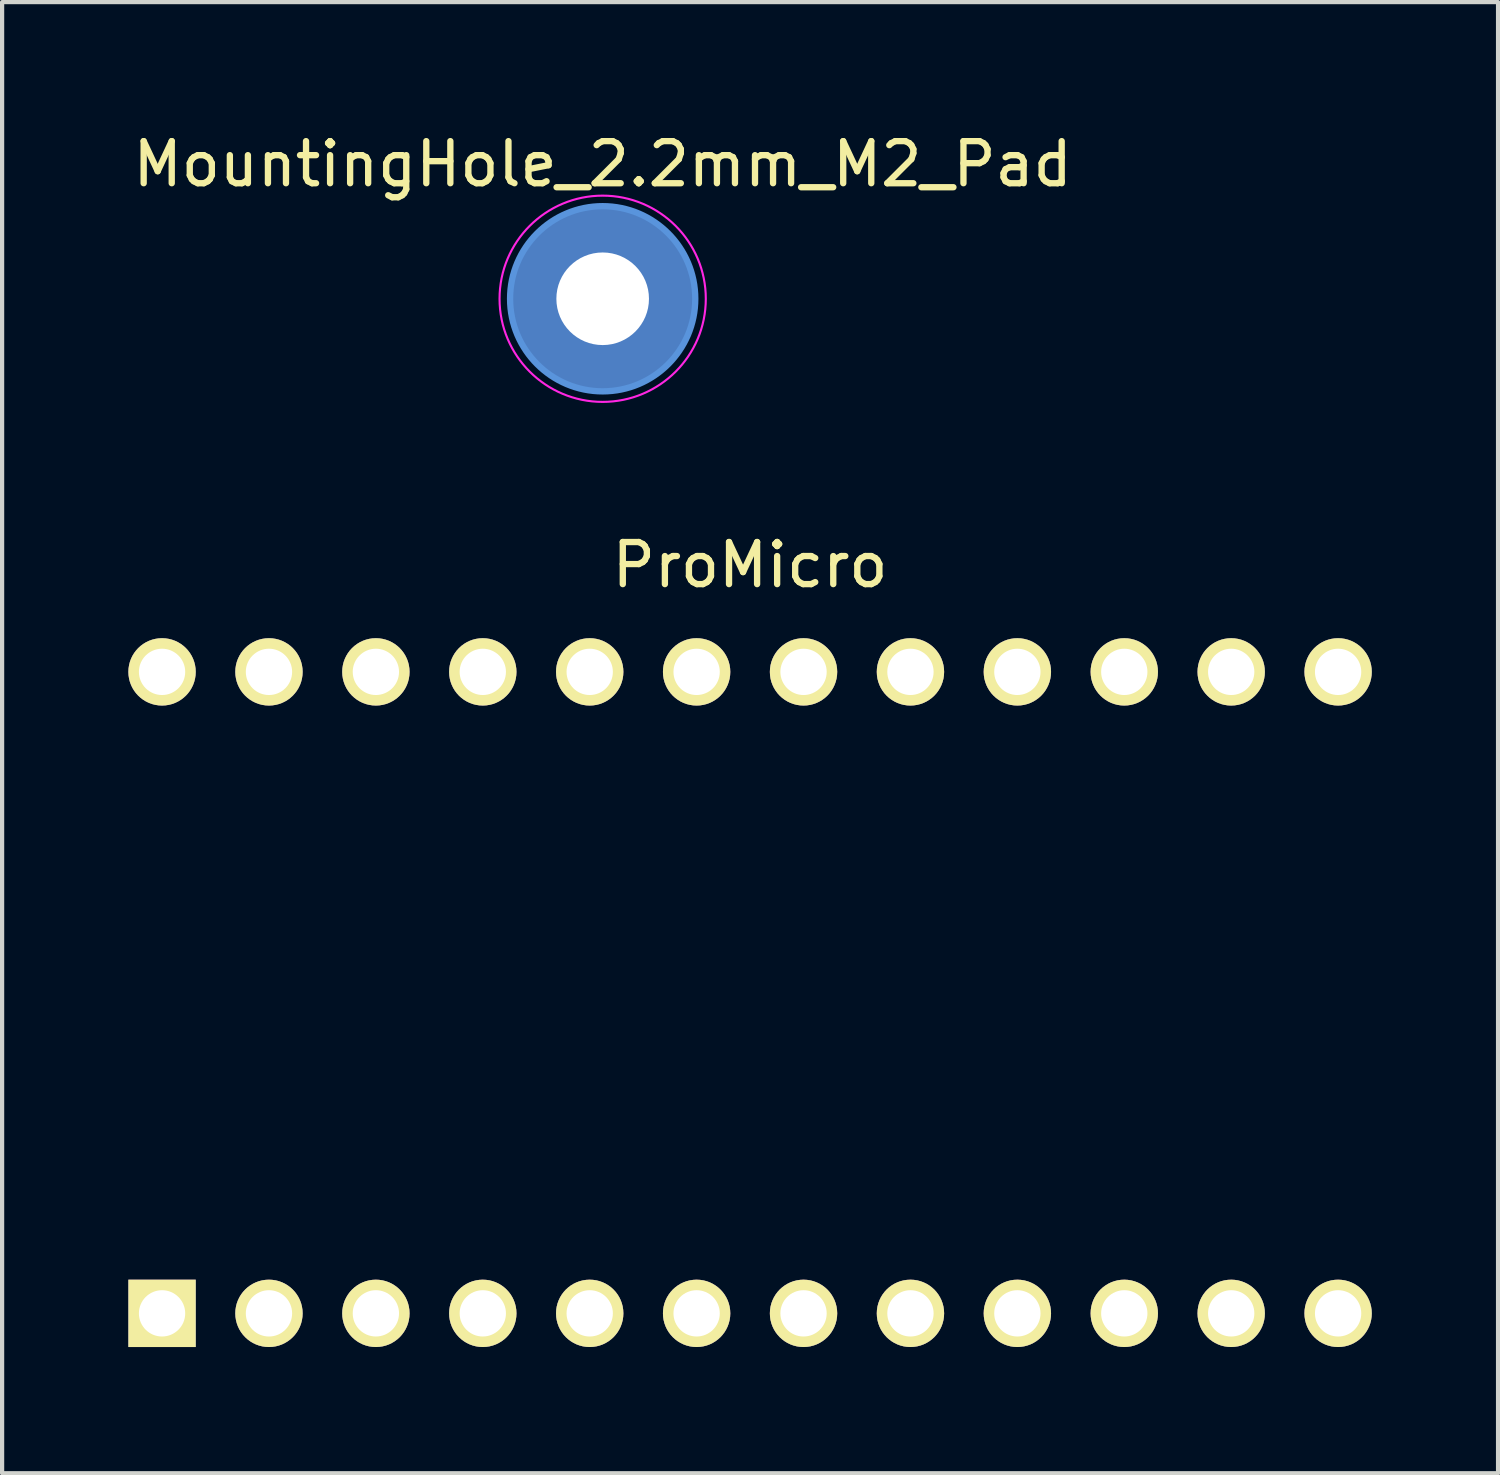
<source format=kicad_pcb>
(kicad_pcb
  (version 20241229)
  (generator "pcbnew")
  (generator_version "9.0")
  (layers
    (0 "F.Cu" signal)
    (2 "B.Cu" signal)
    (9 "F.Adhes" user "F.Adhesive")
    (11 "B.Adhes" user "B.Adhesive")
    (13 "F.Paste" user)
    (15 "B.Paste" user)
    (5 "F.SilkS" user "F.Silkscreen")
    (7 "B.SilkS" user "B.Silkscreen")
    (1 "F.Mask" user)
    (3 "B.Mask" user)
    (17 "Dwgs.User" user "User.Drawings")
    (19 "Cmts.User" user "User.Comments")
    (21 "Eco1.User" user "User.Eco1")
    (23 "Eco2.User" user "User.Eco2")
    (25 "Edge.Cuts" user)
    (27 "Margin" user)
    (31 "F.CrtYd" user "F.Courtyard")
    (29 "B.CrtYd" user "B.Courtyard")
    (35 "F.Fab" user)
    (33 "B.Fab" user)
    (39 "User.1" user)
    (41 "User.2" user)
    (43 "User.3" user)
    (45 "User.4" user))
  (footprint "ProMicro"
    (layer "F.Cu")
    (at 14.77 20.532)
    (property "Reference" "ProMicro" (at 0 -10.16 180) (layer "F.SilkS") (effects (font (size 1 1) (thickness 0.15))))
    (attr through_hole)
    (pad "1" thru_hole rect (at -13.97 7.62) (size 1.6 1.6) (drill 1.1) (layers "*.Cu" "*.Mask" "F.SilkS"))
    (pad "2" thru_hole circle (at -11.43 7.62) (size 1.6 1.6) (drill 1.1) (layers "*.Cu" "*.Mask" "F.SilkS"))
    (pad "3" thru_hole circle (at -8.89 7.62) (size 1.6 1.6) (drill 1.1) (layers "*.Cu" "*.Mask" "F.SilkS"))
    (pad "4" thru_hole circle (at -6.35 7.62) (size 1.6 1.6) (drill 1.1) (layers "*.Cu" "*.Mask" "F.SilkS"))
    (pad "5" thru_hole circle (at -3.81 7.62) (size 1.6 1.6) (drill 1.1) (layers "*.Cu" "*.Mask" "F.SilkS"))
    (pad "6" thru_hole circle (at -1.27 7.62) (size 1.6 1.6) (drill 1.1) (layers "*.Cu" "*.Mask" "F.SilkS"))
    (pad "7" thru_hole circle (at 1.27 7.62) (size 1.6 1.6) (drill 1.1) (layers "*.Cu" "*.Mask" "F.SilkS"))
    (pad "8" thru_hole circle (at 3.81 7.62) (size 1.6 1.6) (drill 1.1) (layers "*.Cu" "*.Mask" "F.SilkS"))
    (pad "9" thru_hole circle (at 6.35 7.62) (size 1.6 1.6) (drill 1.1) (layers "*.Cu" "*.Mask" "F.SilkS"))
    (pad "10" thru_hole circle (at 8.89 7.62) (size 1.6 1.6) (drill 1.1) (layers "*.Cu" "*.Mask" "F.SilkS"))
    (pad "11" thru_hole circle (at 11.43 7.62) (size 1.6 1.6) (drill 1.1) (layers "*.Cu" "*.Mask" "F.SilkS"))
    (pad "12" thru_hole circle (at 13.97 7.62) (size 1.6 1.6) (drill 1.1) (layers "*.Cu" "*.Mask" "F.SilkS"))
    (pad "13" thru_hole circle (at 13.97 -7.62) (size 1.6 1.6) (drill 1.1) (layers "*.Cu" "*.Mask" "F.SilkS"))
    (pad "14" thru_hole circle (at 11.43 -7.62) (size 1.6 1.6) (drill 1.1) (layers "*.Cu" "*.Mask" "F.SilkS"))
    (pad "15" thru_hole circle (at 8.89 -7.62) (size 1.6 1.6) (drill 1.1) (layers "*.Cu" "*.Mask" "F.SilkS"))
    (pad "16" thru_hole circle (at 6.35 -7.62) (size 1.6 1.6) (drill 1.1) (layers "*.Cu" "*.Mask" "F.SilkS"))
    (pad "17" thru_hole circle (at 3.81 -7.62) (size 1.6 1.6) (drill 1.1) (layers "*.Cu" "*.Mask" "F.SilkS"))
    (pad "18" thru_hole circle (at 1.27 -7.62) (size 1.6 1.6) (drill 1.1) (layers "*.Cu" "*.Mask" "F.SilkS"))
    (pad "19" thru_hole circle (at -1.27 -7.62) (size 1.6 1.6) (drill 1.1) (layers "*.Cu" "*.Mask" "F.SilkS"))
    (pad "20" thru_hole circle (at -3.81 -7.62) (size 1.6 1.6) (drill 1.1) (layers "*.Cu" "*.Mask" "F.SilkS"))
    (pad "21" thru_hole circle (at -6.35 -7.62) (size 1.6 1.6) (drill 1.1) (layers "*.Cu" "*.Mask" "F.SilkS"))
    (pad "22" thru_hole circle (at -8.89 -7.62) (size 1.6 1.6) (drill 1.1) (layers "*.Cu" "*.Mask" "F.SilkS"))
    (pad "23" thru_hole circle (at -11.43 -7.62) (size 1.6 1.6) (drill 1.1) (layers "*.Cu" "*.Mask" "F.SilkS"))
    (pad "24" thru_hole circle (at -13.97 -7.62) (size 1.6 1.6) (drill 1.1) (layers "*.Cu" "*.Mask" "F.SilkS")))
  (footprint "MountingHole_2.2mm_M2_Pad"
    (layer "F.Cu")
    (at 11.268 4.048)
    (property "Reference" "MountingHole_2.2mm_M2_Pad" (at 0 -3.2 0) (layer "F.SilkS") (effects (font (size 1 1) (thickness 0.15))))
    (attr exclude_from_pos_files exclude_from_bom)
    (fp_circle (center 0 0) (end 2.2 0) (stroke (width 0.15) (type solid)) (fill no) (layer "Cmts.User"))
    (fp_circle (center 0 0) (end 2.45 0) (stroke (width 0.05) (type solid)) (fill no) (layer "F.CrtYd"))
    (pad "" thru_hole circle (at 0 0) (size 4.4 4.4) (drill 2.2) (layers "*.Cu" "*.Mask")))
  (gr_rect
    (start -3 -3)
    (end 32.54 31.951)
    (stroke (width 0.1) (type default))
    (fill no)
    (layer "Edge.Cuts")))
</source>
